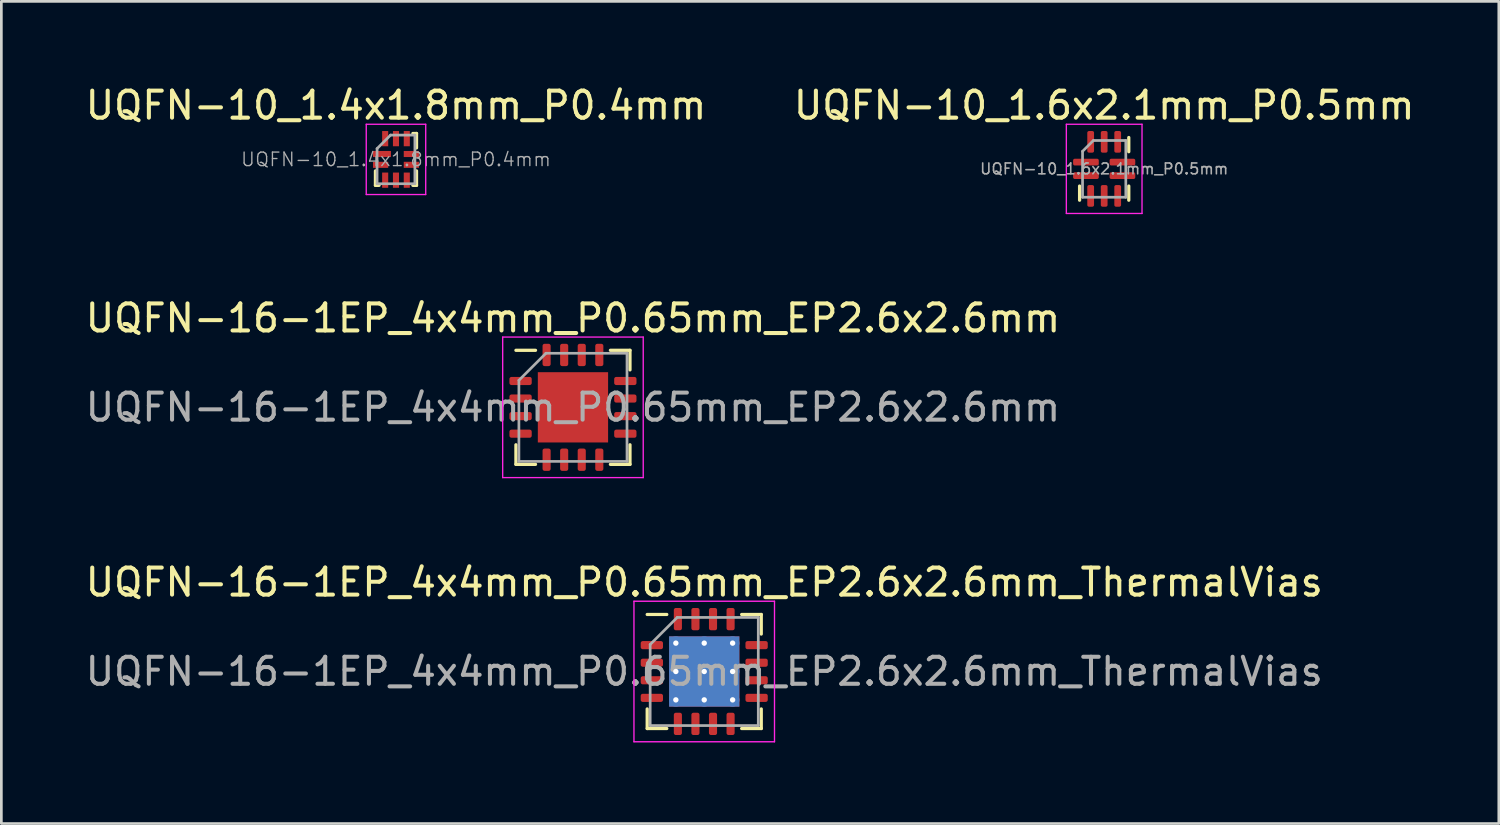
<source format=kicad_pcb>
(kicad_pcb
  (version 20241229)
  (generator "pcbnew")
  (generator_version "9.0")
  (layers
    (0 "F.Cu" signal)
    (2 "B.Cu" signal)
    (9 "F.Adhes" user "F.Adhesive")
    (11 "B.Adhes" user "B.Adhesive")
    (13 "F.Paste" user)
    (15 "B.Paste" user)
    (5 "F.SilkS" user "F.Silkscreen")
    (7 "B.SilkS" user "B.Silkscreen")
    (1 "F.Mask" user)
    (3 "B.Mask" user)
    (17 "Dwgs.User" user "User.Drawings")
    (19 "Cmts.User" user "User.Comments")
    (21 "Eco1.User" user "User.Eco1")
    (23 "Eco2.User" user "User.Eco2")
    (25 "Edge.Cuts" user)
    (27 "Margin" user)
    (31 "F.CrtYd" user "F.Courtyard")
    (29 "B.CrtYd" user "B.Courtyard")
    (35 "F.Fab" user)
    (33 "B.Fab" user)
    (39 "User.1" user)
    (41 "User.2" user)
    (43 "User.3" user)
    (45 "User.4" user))
  (footprint "UQFN-16-1EP_4x4mm_P0.65mm_EP2.6x2.6mm_ThermalVias"
    (layer "F.Cu")
    (at 23.006 21.795)
    (property "Reference" "UQFN-16-1EP_4x4mm_P0.65mm_EP2.6x2.6mm_ThermalVias" (at 0 -3.3 0) (layer "F.SilkS") (effects (font (size 1 1) (thickness 0.15))))
    (attr smd)
    (fp_line (start -2.11 2.11) (end -2.11 1.385) (stroke (width 0.12) (type solid)) (layer "F.SilkS"))
    (fp_line (start -1.385 -2.11) (end -2.11 -2.11) (stroke (width 0.12) (type solid)) (layer "F.SilkS"))
    (fp_line (start -1.385 2.11) (end -2.11 2.11) (stroke (width 0.12) (type solid)) (layer "F.SilkS"))
    (fp_line (start 1.385 -2.11) (end 2.11 -2.11) (stroke (width 0.12) (type solid)) (layer "F.SilkS"))
    (fp_line (start 1.385 2.11) (end 2.11 2.11) (stroke (width 0.12) (type solid)) (layer "F.SilkS"))
    (fp_line (start 2.11 -2.11) (end 2.11 -1.385) (stroke (width 0.12) (type solid)) (layer "F.SilkS"))
    (fp_line (start 2.11 2.11) (end 2.11 1.385) (stroke (width 0.12) (type solid)) (layer "F.SilkS"))
    (fp_line (start -2.6 -2.6) (end -2.6 2.6) (stroke (width 0.05) (type solid)) (layer "F.CrtYd"))
    (fp_line (start -2.6 2.6) (end 2.6 2.6) (stroke (width 0.05) (type solid)) (layer "F.CrtYd"))
    (fp_line (start 2.6 -2.6) (end -2.6 -2.6) (stroke (width 0.05) (type solid)) (layer "F.CrtYd"))
    (fp_line (start 2.6 2.6) (end 2.6 -2.6) (stroke (width 0.05) (type solid)) (layer "F.CrtYd"))
    (fp_line (start -2 -1) (end -1 -2) (stroke (width 0.1) (type solid)) (layer "F.Fab"))
    (fp_line (start -2 2) (end -2 -1) (stroke (width 0.1) (type solid)) (layer "F.Fab"))
    (fp_line (start -1 -2) (end 2 -2) (stroke (width 0.1) (type solid)) (layer "F.Fab"))
    (fp_line (start 2 -2) (end 2 2) (stroke (width 0.1) (type solid)) (layer "F.Fab"))
    (fp_line (start 2 2) (end -2 2) (stroke (width 0.1) (type solid)) (layer "F.Fab"))
    (fp_text user "${REFERENCE}" (at 0 0 0) (layer "F.Fab") (effects (font (size 1 1) (thickness 0.15))))
    (pad "" smd roundrect (at -0.65 -0.65) (size 1.13 1.13) (layers "F.Paste") (roundrect_rratio 0.221))
    (pad "" smd roundrect (at -0.65 0.65) (size 1.13 1.13) (layers "F.Paste") (roundrect_rratio 0.221))
    (pad "" smd roundrect (at 0.65 -0.65) (size 1.13 1.13) (layers "F.Paste") (roundrect_rratio 0.221))
    (pad "" smd roundrect (at 0.65 0.65) (size 1.13 1.13) (layers "F.Paste") (roundrect_rratio 0.221))
    (pad "1" smd roundrect (at -1.938 -0.975) (size 0.825 0.3) (layers "F.Cu" "F.Mask" "F.Paste") (roundrect_rratio 0.25))
    (pad "2" smd roundrect (at -1.938 -0.325) (size 0.825 0.3) (layers "F.Cu" "F.Mask" "F.Paste") (roundrect_rratio 0.25))
    (pad "3" smd roundrect (at -1.938 0.325) (size 0.825 0.3) (layers "F.Cu" "F.Mask" "F.Paste") (roundrect_rratio 0.25))
    (pad "4" smd roundrect (at -1.938 0.975) (size 0.825 0.3) (layers "F.Cu" "F.Mask" "F.Paste") (roundrect_rratio 0.25))
    (pad "5" smd roundrect (at -0.975 1.938) (size 0.3 0.825) (layers "F.Cu" "F.Mask" "F.Paste") (roundrect_rratio 0.25))
    (pad "6" smd roundrect (at -0.325 1.938) (size 0.3 0.825) (layers "F.Cu" "F.Mask" "F.Paste") (roundrect_rratio 0.25))
    (pad "7" smd roundrect (at 0.325 1.938) (size 0.3 0.825) (layers "F.Cu" "F.Mask" "F.Paste") (roundrect_rratio 0.25))
    (pad "8" smd roundrect (at 0.975 1.938) (size 0.3 0.825) (layers "F.Cu" "F.Mask" "F.Paste") (roundrect_rratio 0.25))
    (pad "9" smd roundrect (at 1.938 0.975) (size 0.825 0.3) (layers "F.Cu" "F.Mask" "F.Paste") (roundrect_rratio 0.25))
    (pad "10" smd roundrect (at 1.938 0.325) (size 0.825 0.3) (layers "F.Cu" "F.Mask" "F.Paste") (roundrect_rratio 0.25))
    (pad "11" smd roundrect (at 1.938 -0.325) (size 0.825 0.3) (layers "F.Cu" "F.Mask" "F.Paste") (roundrect_rratio 0.25))
    (pad "12" smd roundrect (at 1.938 -0.975) (size 0.825 0.3) (layers "F.Cu" "F.Mask" "F.Paste") (roundrect_rratio 0.25))
    (pad "13" smd roundrect (at 0.975 -1.938) (size 0.3 0.825) (layers "F.Cu" "F.Mask" "F.Paste") (roundrect_rratio 0.25))
    (pad "14" smd roundrect (at 0.325 -1.938) (size 0.3 0.825) (layers "F.Cu" "F.Mask" "F.Paste") (roundrect_rratio 0.25))
    (pad "15" smd roundrect (at -0.325 -1.938) (size 0.3 0.825) (layers "F.Cu" "F.Mask" "F.Paste") (roundrect_rratio 0.25))
    (pad "16" smd roundrect (at -0.975 -1.938) (size 0.3 0.825) (layers "F.Cu" "F.Mask" "F.Paste") (roundrect_rratio 0.25))
    (pad "17" thru_hole circle (at -1.05 -1.05) (size 0.5 0.5) (drill 0.2) (layers "*.Cu"))
    (pad "17" thru_hole circle (at -1.05 0) (size 0.5 0.5) (drill 0.2) (layers "*.Cu"))
    (pad "17" thru_hole circle (at -1.05 1.05) (size 0.5 0.5) (drill 0.2) (layers "*.Cu"))
    (pad "17" thru_hole circle (at 0 -1.05) (size 0.5 0.5) (drill 0.2) (layers "*.Cu"))
    (pad "17" thru_hole circle (at 0 0) (size 0.5 0.5) (drill 0.2) (layers "*.Cu"))
    (pad "17" smd rect (at 0 0) (size 2.6 2.6) (layers "F.Cu" "F.Mask"))
    (pad "17" smd rect (at 0 0) (size 2.6 2.6) (layers "B.Cu"))
    (pad "17" thru_hole circle (at 0 1.05) (size 0.5 0.5) (drill 0.2) (layers "*.Cu"))
    (pad "17" thru_hole circle (at 1.05 -1.05) (size 0.5 0.5) (drill 0.2) (layers "*.Cu"))
    (pad "17" thru_hole circle (at 1.05 0) (size 0.5 0.5) (drill 0.2) (layers "*.Cu"))
    (pad "17" thru_hole circle (at 1.05 1.05) (size 0.5 0.5) (drill 0.2) (layers "*.Cu")))
  (footprint "UQFN-10_1.4x1.8mm_P0.4mm"
    (layer "F.Cu")
    (at 11.601 2.848)
    (property "Reference" "UQFN-10_1.4x1.8mm_P0.4mm" (at 0 -2 0) (layer "F.SilkS") (effects (font (size 1 1) (thickness 0.15))))
    (attr smd)
    (fp_line (start -0.76 0.96) (end -0.76 0.425) (stroke (width 0.12) (type solid)) (layer "F.SilkS"))
    (fp_line (start -0.625 0.96) (end -0.76 0.96) (stroke (width 0.12) (type solid)) (layer "F.SilkS"))
    (fp_line (start 0.76 -0.96) (end 0.625 -0.96) (stroke (width 0.12) (type solid)) (layer "F.SilkS"))
    (fp_line (start 0.76 -0.425) (end 0.76 -0.96) (stroke (width 0.12) (type solid)) (layer "F.SilkS"))
    (fp_line (start 0.76 0.96) (end 0.625 0.96) (stroke (width 0.12) (type solid)) (layer "F.SilkS"))
    (fp_line (start 0.76 0.96) (end 0.76 0.425) (stroke (width 0.12) (type solid)) (layer "F.SilkS"))
    (fp_line (start -1.1 1.3) (end -1.1 -1.3) (stroke (width 0.05) (type solid)) (layer "F.CrtYd"))
    (fp_line (start -1.1 1.3) (end 1.1 1.3) (stroke (width 0.05) (type solid)) (layer "F.CrtYd"))
    (fp_line (start 1.1 -1.3) (end -1.1 -1.3) (stroke (width 0.05) (type solid)) (layer "F.CrtYd"))
    (fp_line (start 1.1 -1.3) (end 1.1 1.3) (stroke (width 0.05) (type solid)) (layer "F.CrtYd"))
    (fp_line (start -0.7 -0.4) (end -0.7 0.9) (stroke (width 0.1) (type solid)) (layer "F.Fab"))
    (fp_line (start -0.7 0.9) (end 0.7 0.9) (stroke (width 0.1) (type solid)) (layer "F.Fab"))
    (fp_line (start -0.2 -0.9) (end -0.7 -0.4) (stroke (width 0.1) (type solid)) (layer "F.Fab"))
    (fp_line (start -0.2 -0.9) (end 0.7 -0.9) (stroke (width 0.1) (type solid)) (layer "F.Fab"))
    (fp_line (start 0.7 -0.9) (end 0.7 0.9) (stroke (width 0.1) (type solid)) (layer "F.Fab"))
    (fp_text user "${REFERENCE}" (at 0 0 0) (layer "F.Fab") (effects (font (size 0.5 0.5) (thickness 0.05))))
    (pad "1" smd rect (at -0.518 -0.2) (size 0.663 0.225) (layers "F.Cu" "F.Mask" "F.Paste"))
    (pad "2" smd rect (at -0.569 0.2) (size 0.563 0.225) (layers "F.Cu" "F.Mask" "F.Paste"))
    (pad "3" smd rect (at -0.4 0.768) (size 0.225 0.563) (layers "F.Cu" "F.Mask" "F.Paste"))
    (pad "4" smd rect (at 0 0.768) (size 0.225 0.563) (layers "F.Cu" "F.Mask" "F.Paste"))
    (pad "5" smd rect (at 0.4 0.768) (size 0.225 0.563) (layers "F.Cu" "F.Mask" "F.Paste"))
    (pad "6" smd rect (at 0.569 0.2) (size 0.563 0.225) (layers "F.Cu" "F.Mask" "F.Paste"))
    (pad "7" smd rect (at 0.569 -0.2) (size 0.563 0.225) (layers "F.Cu" "F.Mask" "F.Paste"))
    (pad "8" smd rect (at 0.4 -0.768) (size 0.225 0.563) (layers "F.Cu" "F.Mask" "F.Paste"))
    (pad "9" smd rect (at 0 -0.768) (size 0.225 0.563) (layers "F.Cu" "F.Mask" "F.Paste"))
    (pad "10" smd rect (at -0.4 -0.768) (size 0.225 0.563) (layers "F.Cu" "F.Mask" "F.Paste")))
  (footprint "UQFN-16-1EP_4x4mm_P0.65mm_EP2.6x2.6mm"
    (layer "F.Cu")
    (at 18.149 12.021)
    (property "Reference" "UQFN-16-1EP_4x4mm_P0.65mm_EP2.6x2.6mm" (at 0 -3.3 0) (layer "F.SilkS") (effects (font (size 1 1) (thickness 0.15))))
    (attr smd)
    (fp_line (start -2.11 2.11) (end -2.11 1.385) (stroke (width 0.12) (type solid)) (layer "F.SilkS"))
    (fp_line (start -1.385 -2.11) (end -2.11 -2.11) (stroke (width 0.12) (type solid)) (layer "F.SilkS"))
    (fp_line (start -1.385 2.11) (end -2.11 2.11) (stroke (width 0.12) (type solid)) (layer "F.SilkS"))
    (fp_line (start 1.385 -2.11) (end 2.11 -2.11) (stroke (width 0.12) (type solid)) (layer "F.SilkS"))
    (fp_line (start 1.385 2.11) (end 2.11 2.11) (stroke (width 0.12) (type solid)) (layer "F.SilkS"))
    (fp_line (start 2.11 -2.11) (end 2.11 -1.385) (stroke (width 0.12) (type solid)) (layer "F.SilkS"))
    (fp_line (start 2.11 2.11) (end 2.11 1.385) (stroke (width 0.12) (type solid)) (layer "F.SilkS"))
    (fp_line (start -2.6 -2.6) (end -2.6 2.6) (stroke (width 0.05) (type solid)) (layer "F.CrtYd"))
    (fp_line (start -2.6 2.6) (end 2.6 2.6) (stroke (width 0.05) (type solid)) (layer "F.CrtYd"))
    (fp_line (start 2.6 -2.6) (end -2.6 -2.6) (stroke (width 0.05) (type solid)) (layer "F.CrtYd"))
    (fp_line (start 2.6 2.6) (end 2.6 -2.6) (stroke (width 0.05) (type solid)) (layer "F.CrtYd"))
    (fp_line (start -2 -1) (end -1 -2) (stroke (width 0.1) (type solid)) (layer "F.Fab"))
    (fp_line (start -2 2) (end -2 -1) (stroke (width 0.1) (type solid)) (layer "F.Fab"))
    (fp_line (start -1 -2) (end 2 -2) (stroke (width 0.1) (type solid)) (layer "F.Fab"))
    (fp_line (start 2 -2) (end 2 2) (stroke (width 0.1) (type solid)) (layer "F.Fab"))
    (fp_line (start 2 2) (end -2 2) (stroke (width 0.1) (type solid)) (layer "F.Fab"))
    (fp_text user "${REFERENCE}" (at 0 0 0) (layer "F.Fab") (effects (font (size 1 1) (thickness 0.15))))
    (pad "" smd roundrect (at -0.65 -0.65) (size 1.05 1.05) (layers "F.Paste") (roundrect_rratio 0.238))
    (pad "" smd roundrect (at -0.65 0.65) (size 1.05 1.05) (layers "F.Paste") (roundrect_rratio 0.238))
    (pad "" smd roundrect (at 0.65 -0.65) (size 1.05 1.05) (layers "F.Paste") (roundrect_rratio 0.238))
    (pad "" smd roundrect (at 0.65 0.65) (size 1.05 1.05) (layers "F.Paste") (roundrect_rratio 0.238))
    (pad "1" smd roundrect (at -1.938 -0.975) (size 0.825 0.3) (layers "F.Cu" "F.Mask" "F.Paste") (roundrect_rratio 0.25))
    (pad "2" smd roundrect (at -1.938 -0.325) (size 0.825 0.3) (layers "F.Cu" "F.Mask" "F.Paste") (roundrect_rratio 0.25))
    (pad "3" smd roundrect (at -1.938 0.325) (size 0.825 0.3) (layers "F.Cu" "F.Mask" "F.Paste") (roundrect_rratio 0.25))
    (pad "4" smd roundrect (at -1.938 0.975) (size 0.825 0.3) (layers "F.Cu" "F.Mask" "F.Paste") (roundrect_rratio 0.25))
    (pad "5" smd roundrect (at -0.975 1.938) (size 0.3 0.825) (layers "F.Cu" "F.Mask" "F.Paste") (roundrect_rratio 0.25))
    (pad "6" smd roundrect (at -0.325 1.938) (size 0.3 0.825) (layers "F.Cu" "F.Mask" "F.Paste") (roundrect_rratio 0.25))
    (pad "7" smd roundrect (at 0.325 1.938) (size 0.3 0.825) (layers "F.Cu" "F.Mask" "F.Paste") (roundrect_rratio 0.25))
    (pad "8" smd roundrect (at 0.975 1.938) (size 0.3 0.825) (layers "F.Cu" "F.Mask" "F.Paste") (roundrect_rratio 0.25))
    (pad "9" smd roundrect (at 1.938 0.975) (size 0.825 0.3) (layers "F.Cu" "F.Mask" "F.Paste") (roundrect_rratio 0.25))
    (pad "10" smd roundrect (at 1.938 0.325) (size 0.825 0.3) (layers "F.Cu" "F.Mask" "F.Paste") (roundrect_rratio 0.25))
    (pad "11" smd roundrect (at 1.938 -0.325) (size 0.825 0.3) (layers "F.Cu" "F.Mask" "F.Paste") (roundrect_rratio 0.25))
    (pad "12" smd roundrect (at 1.938 -0.975) (size 0.825 0.3) (layers "F.Cu" "F.Mask" "F.Paste") (roundrect_rratio 0.25))
    (pad "13" smd roundrect (at 0.975 -1.938) (size 0.3 0.825) (layers "F.Cu" "F.Mask" "F.Paste") (roundrect_rratio 0.25))
    (pad "14" smd roundrect (at 0.325 -1.938) (size 0.3 0.825) (layers "F.Cu" "F.Mask" "F.Paste") (roundrect_rratio 0.25))
    (pad "15" smd roundrect (at -0.325 -1.938) (size 0.3 0.825) (layers "F.Cu" "F.Mask" "F.Paste") (roundrect_rratio 0.25))
    (pad "16" smd roundrect (at -0.975 -1.938) (size 0.3 0.825) (layers "F.Cu" "F.Mask" "F.Paste") (roundrect_rratio 0.25))
    (pad "17" smd rect (at 0 0) (size 2.6 2.6) (layers "F.Cu" "F.Mask")))
  (footprint "UQFN-10_1.6x2.1mm_P0.5mm"
    (layer "F.Cu")
    (at 37.804 3.198)
    (property "Reference" "UQFN-10_1.6x2.1mm_P0.5mm" (at 0 -2.35 0) (layer "F.SilkS") (effects (font (size 1 1) (thickness 0.15))))
    (attr smd)
    (fp_line (start -0.91 1.16) (end -0.91 0.635) (stroke (width 0.12) (type solid)) (layer "F.SilkS"))
    (fp_line (start 0.91 -1.16) (end 0.91 -0.635) (stroke (width 0.12) (type solid)) (layer "F.SilkS"))
    (fp_line (start 0.91 1.16) (end 0.91 0.635) (stroke (width 0.12) (type solid)) (layer "F.SilkS"))
    (fp_line (start -1.4 -1.65) (end -1.4 1.65) (stroke (width 0.05) (type solid)) (layer "F.CrtYd"))
    (fp_line (start -1.4 1.65) (end 1.4 1.65) (stroke (width 0.05) (type solid)) (layer "F.CrtYd"))
    (fp_line (start 1.4 -1.65) (end -1.4 -1.65) (stroke (width 0.05) (type solid)) (layer "F.CrtYd"))
    (fp_line (start 1.4 1.65) (end 1.4 -1.65) (stroke (width 0.05) (type solid)) (layer "F.CrtYd"))
    (fp_line (start -0.8 -0.65) (end -0.4 -1.05) (stroke (width 0.1) (type solid)) (layer "F.Fab"))
    (fp_line (start -0.8 1.05) (end -0.8 -0.65) (stroke (width 0.1) (type solid)) (layer "F.Fab"))
    (fp_line (start -0.4 -1.05) (end 0.8 -1.05) (stroke (width 0.1) (type solid)) (layer "F.Fab"))
    (fp_line (start 0.8 -1.05) (end 0.8 1.05) (stroke (width 0.1) (type solid)) (layer "F.Fab"))
    (fp_line (start 0.8 1.05) (end -0.8 1.05) (stroke (width 0.1) (type solid)) (layer "F.Fab"))
    (fp_text user "${REFERENCE}" (at 0 0 0) (layer "F.Fab") (effects (font (size 0.4 0.4) (thickness 0.06))))
    (pad "1" smd roundrect (at -0.675 -0.25) (size 0.95 0.25) (layers "F.Cu" "F.Mask" "F.Paste") (roundrect_rratio 0.25))
    (pad "2" smd roundrect (at -0.675 0.25) (size 0.95 0.25) (layers "F.Cu" "F.Mask" "F.Paste") (roundrect_rratio 0.25))
    (pad "3" smd roundrect (at -0.5 1) (size 0.25 0.8) (layers "F.Cu" "F.Mask" "F.Paste") (roundrect_rratio 0.25))
    (pad "4" smd roundrect (at 0 1) (size 0.25 0.8) (layers "F.Cu" "F.Mask" "F.Paste") (roundrect_rratio 0.25))
    (pad "5" smd roundrect (at 0.5 1) (size 0.25 0.8) (layers "F.Cu" "F.Mask" "F.Paste") (roundrect_rratio 0.25))
    (pad "6" smd roundrect (at 0.675 0.25) (size 0.95 0.25) (layers "F.Cu" "F.Mask" "F.Paste") (roundrect_rratio 0.25))
    (pad "7" smd roundrect (at 0.675 -0.25) (size 0.95 0.25) (layers "F.Cu" "F.Mask" "F.Paste") (roundrect_rratio 0.25))
    (pad "8" smd roundrect (at 0.5 -1) (size 0.25 0.8) (layers "F.Cu" "F.Mask" "F.Paste") (roundrect_rratio 0.25))
    (pad "9" smd roundrect (at 0 -1) (size 0.25 0.8) (layers "F.Cu" "F.Mask" "F.Paste") (roundrect_rratio 0.25))
    (pad "10" smd roundrect (at -0.5 -1) (size 0.25 0.8) (layers "F.Cu" "F.Mask" "F.Paste") (roundrect_rratio 0.25)))
  (gr_rect
    (start -3 -3)
    (end 52.405 27.42)
    (stroke (width 0.1) (type default))
    (fill no)
    (layer "Edge.Cuts")))
</source>
